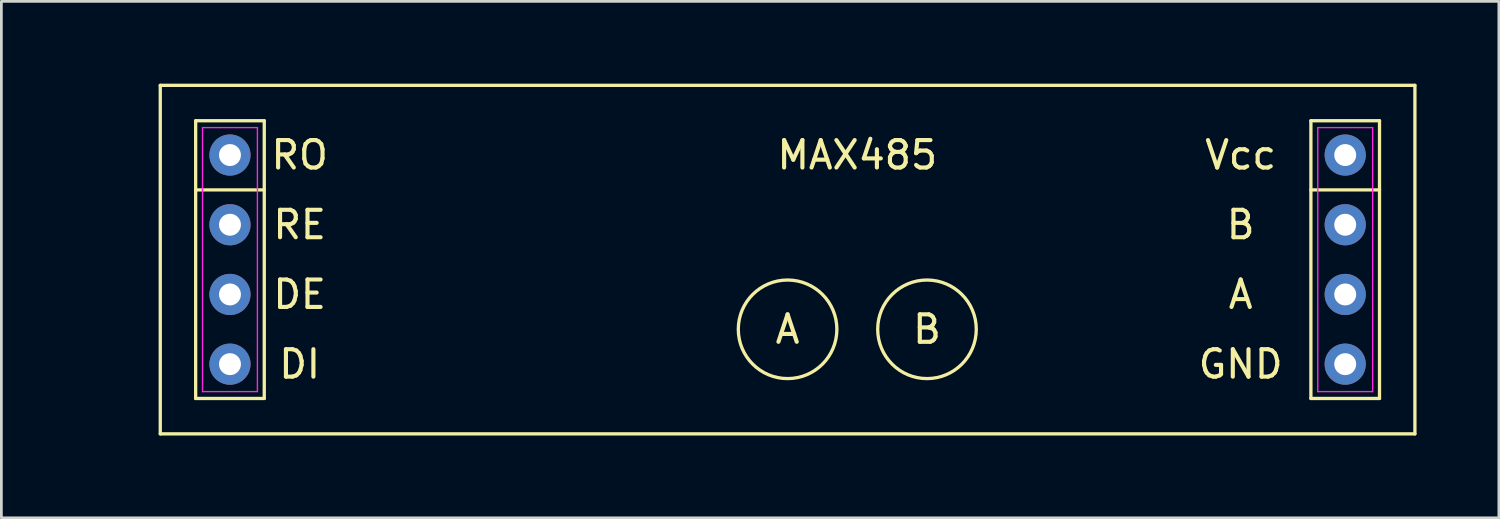
<source format=kicad_pcb>
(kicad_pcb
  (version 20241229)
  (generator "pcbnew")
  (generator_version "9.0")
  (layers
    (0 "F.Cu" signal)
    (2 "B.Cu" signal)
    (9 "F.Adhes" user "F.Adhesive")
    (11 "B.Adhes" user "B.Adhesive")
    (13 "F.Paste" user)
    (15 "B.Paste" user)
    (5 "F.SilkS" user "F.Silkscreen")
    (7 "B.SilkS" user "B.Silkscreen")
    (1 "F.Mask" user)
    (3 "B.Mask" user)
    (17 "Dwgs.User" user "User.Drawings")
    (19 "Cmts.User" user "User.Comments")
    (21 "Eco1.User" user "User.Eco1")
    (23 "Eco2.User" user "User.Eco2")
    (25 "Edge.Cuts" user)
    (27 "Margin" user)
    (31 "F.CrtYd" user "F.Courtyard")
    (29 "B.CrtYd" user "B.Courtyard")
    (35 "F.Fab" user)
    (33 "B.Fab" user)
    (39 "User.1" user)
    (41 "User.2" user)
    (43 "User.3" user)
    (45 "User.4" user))
  (footprint "MAX485"
    (layer "F.Cu")
    (at 0.25 6.41)
    (property "Reference" "MAX485" (at 27.94 -3.81 0) (layer "F.SilkS") (effects (font (size 1 1) (thickness 0.15))))
    (attr through_hole)
    (fp_line (start 2.54 -6.35) (end 48.26 -6.35) (stroke (width 0.12) (type solid)) (layer "F.SilkS"))
    (fp_line (start 2.54 6.35) (end 2.54 -6.35) (stroke (width 0.12) (type solid)) (layer "F.SilkS"))
    (fp_line (start 3.83 -5.06) (end 6.33 -5.06) (stroke (width 0.12) (type solid)) (layer "F.SilkS"))
    (fp_line (start 3.83 5.06) (end 3.83 -5.06) (stroke (width 0.12) (type solid)) (layer "F.SilkS"))
    (fp_line (start 6.33 -5.06) (end 6.33 5.06) (stroke (width 0.12) (type solid)) (layer "F.SilkS"))
    (fp_line (start 6.33 -2.54) (end 3.83 -2.54) (stroke (width 0.12) (type solid)) (layer "F.SilkS"))
    (fp_line (start 6.33 5.06) (end 3.83 5.06) (stroke (width 0.12) (type solid)) (layer "F.SilkS"))
    (fp_line (start 44.47 -5.06) (end 46.97 -5.06) (stroke (width 0.12) (type solid)) (layer "F.SilkS"))
    (fp_line (start 44.47 5.06) (end 44.47 -5.06) (stroke (width 0.12) (type solid)) (layer "F.SilkS"))
    (fp_line (start 46.97 -5.06) (end 46.97 5.06) (stroke (width 0.12) (type solid)) (layer "F.SilkS"))
    (fp_line (start 46.97 -2.54) (end 44.47 -2.54) (stroke (width 0.12) (type solid)) (layer "F.SilkS"))
    (fp_line (start 46.97 5.06) (end 44.47 5.06) (stroke (width 0.12) (type solid)) (layer "F.SilkS"))
    (fp_line (start 48.26 -6.35) (end 48.26 6.35) (stroke (width 0.12) (type solid)) (layer "F.SilkS"))
    (fp_line (start 48.26 6.35) (end 2.54 6.35) (stroke (width 0.12) (type solid)) (layer "F.SilkS"))
    (fp_circle (center 25.4 2.54) (end 26.67 3.81) (stroke (width 0.12) (type solid)) (fill no) (layer "F.SilkS"))
    (fp_circle (center 30.48 2.54) (end 31.75 3.81) (stroke (width 0.12) (type solid)) (fill no) (layer "F.SilkS"))
    (fp_line (start 4.08 -4.81) (end 6.08 -4.81) (stroke (width 0.05) (type solid)) (layer "F.CrtYd"))
    (fp_line (start 4.08 4.81) (end 4.08 -4.81) (stroke (width 0.05) (type solid)) (layer "F.CrtYd"))
    (fp_line (start 6.08 -4.81) (end 6.08 4.81) (stroke (width 0.05) (type solid)) (layer "F.CrtYd"))
    (fp_line (start 6.08 4.81) (end 4.08 4.81) (stroke (width 0.05) (type solid)) (layer "F.CrtYd"))
    (fp_line (start 44.72 -4.81) (end 46.72 -4.81) (stroke (width 0.05) (type solid)) (layer "F.CrtYd"))
    (fp_line (start 44.72 4.81) (end 44.72 -4.81) (stroke (width 0.05) (type solid)) (layer "F.CrtYd"))
    (fp_line (start 46.72 -4.81) (end 46.72 4.81) (stroke (width 0.05) (type solid)) (layer "F.CrtYd"))
    (fp_line (start 46.72 4.81) (end 44.72 4.81) (stroke (width 0.05) (type solid)) (layer "F.CrtYd"))
    (fp_text user "RO" (at 7.62 -3.81 0) (layer "F.SilkS") (effects (font (size 1 1) (thickness 0.15))))
    (fp_text user "DI" (at 7.62 3.81 0) (layer "F.SilkS") (effects (font (size 1 1) (thickness 0.15))))
    (fp_text user "RE" (at 7.62 -1.27 0) (layer "F.SilkS") (effects (font (size 1 1) (thickness 0.15))))
    (fp_text user "GND" (at 41.91 3.81 0) (layer "F.SilkS") (effects (font (size 1 1) (thickness 0.15))))
    (fp_text user "B" (at 30.48 2.54 0) (layer "F.SilkS") (effects (font (size 1 1) (thickness 0.15))))
    (fp_text user "Vcc" (at 41.91 -3.81 0) (layer "F.SilkS") (effects (font (size 1 1) (thickness 0.15))))
    (fp_text user "A" (at 25.4 2.54 0) (layer "F.SilkS") (effects (font (size 1 1) (thickness 0.15))))
    (fp_text user "DE" (at 7.62 1.27 0) (layer "F.SilkS") (effects (font (size 1 1) (thickness 0.15))))
    (fp_text user "A" (at 41.91 1.27 0) (layer "F.SilkS") (effects (font (size 1 1) (thickness 0.15))))
    (fp_text user "B" (at 41.91 -1.27 0) (layer "F.SilkS") (effects (font (size 1 1) (thickness 0.15))))
    (pad "1" thru_hole circle (at 5.08 -3.81 270) (size 1.5 1.5) (drill 0.8) (layers "*.Cu" "*.Mask"))
    (pad "2" thru_hole circle (at 5.08 -1.27 270) (size 1.5 1.5) (drill 0.8) (layers "*.Cu" "*.Mask"))
    (pad "3" thru_hole circle (at 5.08 1.27 270) (size 1.5 1.5) (drill 0.8) (layers "*.Cu" "*.Mask"))
    (pad "4" thru_hole circle (at 5.08 3.81 270) (size 1.5 1.5) (drill 0.8) (layers "*.Cu" "*.Mask"))
    (pad "5" thru_hole circle (at 45.72 -3.81 270) (size 1.5 1.5) (drill 0.8) (layers "*.Cu" "*.Mask"))
    (pad "6" thru_hole circle (at 45.72 -1.27 270) (size 1.5 1.5) (drill 0.8) (layers "*.Cu" "*.Mask"))
    (pad "7" thru_hole circle (at 45.72 1.27 270) (size 1.5 1.5) (drill 0.8) (layers "*.Cu" "*.Mask"))
    (pad "8" thru_hole circle (at 45.72 3.81 270) (size 1.5 1.5) (drill 0.8) (layers "*.Cu" "*.Mask")))
  (gr_rect
    (start -3 -3)
    (end 51.57 15.82)
    (stroke (width 0.1) (type default))
    (fill no)
    (layer "Edge.Cuts")))
</source>
